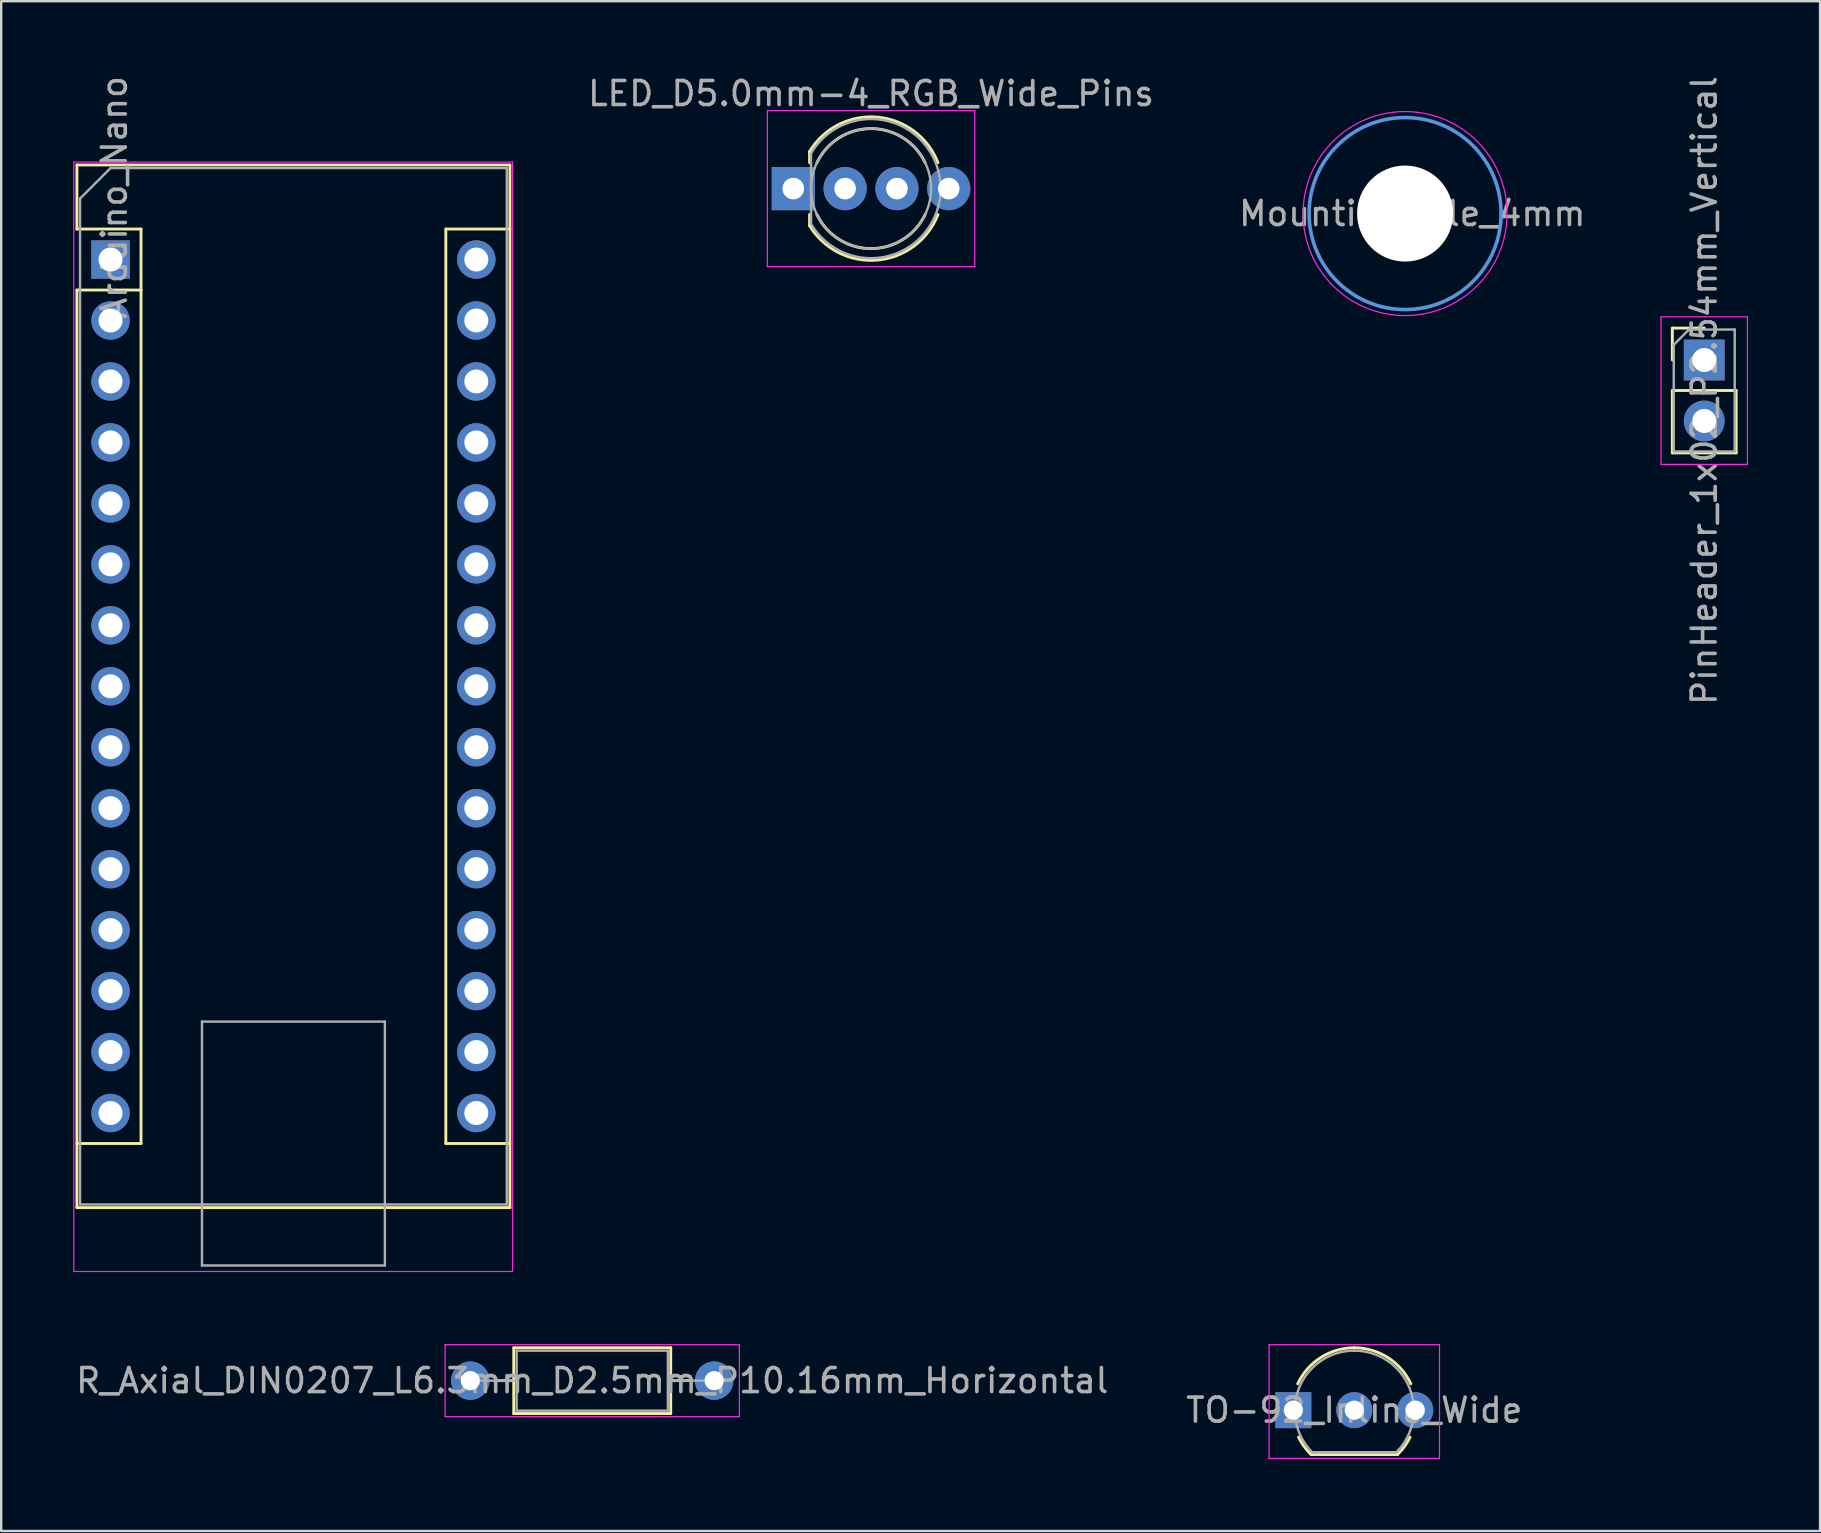
<source format=kicad_pcb>
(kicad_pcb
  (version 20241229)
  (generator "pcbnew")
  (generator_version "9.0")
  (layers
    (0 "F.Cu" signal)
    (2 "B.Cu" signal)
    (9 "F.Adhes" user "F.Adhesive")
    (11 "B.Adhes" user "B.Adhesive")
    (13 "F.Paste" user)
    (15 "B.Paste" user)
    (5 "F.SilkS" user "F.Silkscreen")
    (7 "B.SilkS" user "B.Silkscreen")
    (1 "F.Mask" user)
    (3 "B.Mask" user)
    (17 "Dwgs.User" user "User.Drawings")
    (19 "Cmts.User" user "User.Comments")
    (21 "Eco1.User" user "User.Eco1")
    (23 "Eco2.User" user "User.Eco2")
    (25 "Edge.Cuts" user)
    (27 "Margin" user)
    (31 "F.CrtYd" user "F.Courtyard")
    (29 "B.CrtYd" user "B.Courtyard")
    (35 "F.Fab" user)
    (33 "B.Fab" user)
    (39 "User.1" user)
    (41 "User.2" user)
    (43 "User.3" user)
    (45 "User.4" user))
  (footprint "PinHeader_1x02_P2.54mm_Vertical"
    (layer "F.Cu")
    (at 67.955 11.95)
    (property "Reference" "PinHeader_1x02_P2.54mm_Vertical" (at 0 -3.17 180) (layer "User.6") (effects (font (size 1 1) (thickness 0.15))))
    (attr through_hole)
    (fp_line (start -1.33 -1.33) (end 0 -1.33) (stroke (width 0.12) (type solid)) (layer "F.SilkS"))
    (fp_line (start -1.33 0) (end -1.33 -1.33) (stroke (width 0.12) (type solid)) (layer "F.SilkS"))
    (fp_line (start -1.33 1.27) (end -1.33 3.87) (stroke (width 0.12) (type solid)) (layer "F.SilkS"))
    (fp_line (start -1.33 1.27) (end 1.33 1.27) (stroke (width 0.12) (type solid)) (layer "F.SilkS"))
    (fp_line (start -1.33 3.87) (end 1.33 3.87) (stroke (width 0.12) (type solid)) (layer "F.SilkS"))
    (fp_line (start 1.33 1.27) (end 1.33 3.87) (stroke (width 0.12) (type solid)) (layer "F.SilkS"))
    (fp_line (start -1.8 -1.8) (end -1.8 4.35) (stroke (width 0.05) (type solid)) (layer "F.CrtYd"))
    (fp_line (start -1.8 4.35) (end 1.8 4.35) (stroke (width 0.05) (type solid)) (layer "F.CrtYd"))
    (fp_line (start 1.8 -1.8) (end -1.8 -1.8) (stroke (width 0.05) (type solid)) (layer "F.CrtYd"))
    (fp_line (start 1.8 4.35) (end 1.8 -1.8) (stroke (width 0.05) (type solid)) (layer "F.CrtYd"))
    (fp_line (start -1.27 -0.635) (end -0.635 -1.27) (stroke (width 0.1) (type solid)) (layer "F.Fab"))
    (fp_line (start -1.27 3.81) (end -1.27 -0.635) (stroke (width 0.1) (type solid)) (layer "F.Fab"))
    (fp_line (start -0.635 -1.27) (end 1.27 -1.27) (stroke (width 0.1) (type solid)) (layer "F.Fab"))
    (fp_line (start 1.27 -1.27) (end 1.27 3.81) (stroke (width 0.1) (type solid)) (layer "F.Fab"))
    (fp_line (start 1.27 3.81) (end -1.27 3.81) (stroke (width 0.1) (type solid)) (layer "F.Fab"))
    (fp_text user "${REFERENCE}" (at 0 1.27 270) (layer "F.Fab") (effects (font (size 1 1) (thickness 0.15))))
    (pad "1" thru_hole rect (at 0 0) (size 1.7 1.7) (drill 1) (layers "*.Cu" "*.Mask"))
    (pad "2" thru_hole oval (at 0 2.54) (size 1.7 1.7) (drill 1) (layers "*.Cu" "*.Mask")))
  (footprint "MountingHole_4mm"
    (layer "F.Cu")
    (at 55.491 5.848)
    (property "Reference" "MountingHole_4mm" (at 0 -5 0) (layer "User.1") (effects (font (size 1 1) (thickness 0.15))))
    (attr exclude_from_pos_files exclude_from_bom)
    (fp_circle (center 0 0) (end 4 0) (stroke (width 0.15) (type solid)) (fill no) (layer "Cmts.User"))
    (fp_circle (center 0 0) (end 4.25 0) (stroke (width 0.05) (type solid)) (fill no) (layer "F.CrtYd"))
    (fp_text user "${REFERENCE}" (at 0.3 0 0) (layer "F.Fab") (effects (font (size 1 1) (thickness 0.15))))
    (pad "" np_thru_hole circle (at 0 0) (size 4 4) (drill 4) (layers "*.Cu" "*.Mask")))
  (footprint "R_Axial_DIN0207_L6.3mm_D2.5mm_P10.16mm_Horizontal"
    (layer "F.Cu")
    (at 16.545 54.473)
    (property "Reference" "R_Axial_DIN0207_L6.3mm_D2.5mm_P10.16mm_Horizontal" (at -0.8 2.12 0) (layer "User.5") (effects (font (size 1 1) (thickness 0.15))))
    (attr through_hole)
    (fp_line (start 1.04 0) (end 1.81 0) (stroke (width 0.12) (type solid)) (layer "F.SilkS"))
    (fp_line (start 1.81 -1.37) (end 1.81 1.37) (stroke (width 0.12) (type solid)) (layer "F.SilkS"))
    (fp_line (start 1.81 1.37) (end 8.35 1.37) (stroke (width 0.12) (type solid)) (layer "F.SilkS"))
    (fp_line (start 8.35 -1.37) (end 1.81 -1.37) (stroke (width 0.12) (type solid)) (layer "F.SilkS"))
    (fp_line (start 8.35 1.37) (end 8.35 -1.37) (stroke (width 0.12) (type solid)) (layer "F.SilkS"))
    (fp_line (start 9.12 0) (end 8.35 0) (stroke (width 0.12) (type solid)) (layer "F.SilkS"))
    (fp_line (start -1.05 -1.5) (end -1.05 1.5) (stroke (width 0.05) (type solid)) (layer "F.CrtYd"))
    (fp_line (start -1.05 1.5) (end 11.21 1.5) (stroke (width 0.05) (type solid)) (layer "F.CrtYd"))
    (fp_line (start 11.21 -1.5) (end -1.05 -1.5) (stroke (width 0.05) (type solid)) (layer "F.CrtYd"))
    (fp_line (start 11.21 1.5) (end 11.21 -1.5) (stroke (width 0.05) (type solid)) (layer "F.CrtYd"))
    (fp_line (start 0 0) (end 1.93 0) (stroke (width 0.1) (type solid)) (layer "F.Fab"))
    (fp_line (start 1.93 -1.25) (end 1.93 1.25) (stroke (width 0.1) (type solid)) (layer "F.Fab"))
    (fp_line (start 1.93 1.25) (end 8.23 1.25) (stroke (width 0.1) (type solid)) (layer "F.Fab"))
    (fp_line (start 8.23 -1.25) (end 1.93 -1.25) (stroke (width 0.1) (type solid)) (layer "F.Fab"))
    (fp_line (start 8.23 1.25) (end 8.23 -1.25) (stroke (width 0.1) (type solid)) (layer "F.Fab"))
    (fp_line (start 10.16 0) (end 8.23 0) (stroke (width 0.1) (type solid)) (layer "F.Fab"))
    (fp_text user "${REFERENCE}" (at 5.08 0 0) (layer "F.Fab") (effects (font (size 1 1) (thickness 0.15))))
    (pad "1" thru_hole circle (at 0 0) (size 1.6 1.6) (drill 0.8) (layers "*.Cu" "*.Mask"))
    (pad "2" thru_hole oval (at 10.16 0) (size 1.6 1.6) (drill 0.8) (layers "*.Cu" "*.Mask")))
  (footprint "Arduino_Nano"
    (layer "F.Cu")
    (at 1.555 7.763)
    (property "Reference" "Arduino_Nano" (at -2.54 38.1 270) (layer "User.5") (effects (font (size 1 1) (thickness 0.15))))
    (attr through_hole)
    (fp_line (start -1.4 -3.94) (end -1.4 -1.27) (stroke (width 0.12) (type solid)) (layer "F.SilkS"))
    (fp_line (start -1.4 1.27) (end -1.4 39.5) (stroke (width 0.12) (type solid)) (layer "F.SilkS"))
    (fp_line (start -1.4 39.5) (end 16.64 39.5) (stroke (width 0.12) (type solid)) (layer "F.SilkS"))
    (fp_line (start 1.27 -1.27) (end -1.4 -1.27) (stroke (width 0.12) (type solid)) (layer "F.SilkS"))
    (fp_line (start 1.27 1.27) (end -1.4 1.27) (stroke (width 0.12) (type solid)) (layer "F.SilkS"))
    (fp_line (start 1.27 1.27) (end 1.27 -1.27) (stroke (width 0.12) (type solid)) (layer "F.SilkS"))
    (fp_line (start 1.27 1.27) (end 1.27 36.83) (stroke (width 0.12) (type solid)) (layer "F.SilkS"))
    (fp_line (start 1.27 36.83) (end -1.4 36.83) (stroke (width 0.12) (type solid)) (layer "F.SilkS"))
    (fp_line (start 13.97 -1.27) (end 13.97 36.83) (stroke (width 0.12) (type solid)) (layer "F.SilkS"))
    (fp_line (start 13.97 -1.27) (end 16.64 -1.27) (stroke (width 0.12) (type solid)) (layer "F.SilkS"))
    (fp_line (start 13.97 36.83) (end 16.64 36.83) (stroke (width 0.12) (type solid)) (layer "F.SilkS"))
    (fp_line (start 16.64 -3.94) (end -1.4 -3.94) (stroke (width 0.12) (type solid)) (layer "F.SilkS"))
    (fp_line (start 16.64 39.5) (end 16.64 -3.94) (stroke (width 0.12) (type solid)) (layer "F.SilkS"))
    (fp_line (start -1.53 -4.06) (end -1.53 42.16) (stroke (width 0.05) (type solid)) (layer "F.CrtYd"))
    (fp_line (start -1.53 -4.06) (end 16.75 -4.06) (stroke (width 0.05) (type solid)) (layer "F.CrtYd"))
    (fp_line (start 16.75 42.16) (end -1.53 42.16) (stroke (width 0.05) (type solid)) (layer "F.CrtYd"))
    (fp_line (start 16.75 42.16) (end 16.75 -4.06) (stroke (width 0.05) (type solid)) (layer "F.CrtYd"))
    (fp_line (start -1.27 -2.54) (end 0 -3.81) (stroke (width 0.1) (type solid)) (layer "F.Fab"))
    (fp_line (start -1.27 39.37) (end -1.27 -2.54) (stroke (width 0.1) (type solid)) (layer "F.Fab"))
    (fp_line (start 0 -3.81) (end 16.51 -3.81) (stroke (width 0.1) (type solid)) (layer "F.Fab"))
    (fp_line (start 3.81 31.75) (end 11.43 31.75) (stroke (width 0.1) (type solid)) (layer "F.Fab"))
    (fp_line (start 3.81 41.91) (end 3.81 31.75) (stroke (width 0.1) (type solid)) (layer "F.Fab"))
    (fp_line (start 11.43 31.75) (end 11.43 41.91) (stroke (width 0.1) (type solid)) (layer "F.Fab"))
    (fp_line (start 11.43 41.91) (end 3.81 41.91) (stroke (width 0.1) (type solid)) (layer "F.Fab"))
    (fp_line (start 16.51 -3.81) (end 16.51 39.37) (stroke (width 0.1) (type solid)) (layer "F.Fab"))
    (fp_line (start 16.51 39.37) (end -1.27 39.37) (stroke (width 0.1) (type solid)) (layer "F.Fab"))
    (fp_text user "${REFERENCE}" (at 0.16 -2.59 90) (layer "F.Fab") (effects (font (size 1 1) (thickness 0.15))))
    (pad "1" thru_hole rect (at 0 0) (size 1.6 1.6) (drill 1) (layers "*.Cu" "*.Mask"))
    (pad "2" thru_hole oval (at 0 2.54) (size 1.6 1.6) (drill 1) (layers "*.Cu" "*.Mask"))
    (pad "3" thru_hole oval (at 0 5.08) (size 1.6 1.6) (drill 1) (layers "*.Cu" "*.Mask"))
    (pad "4" thru_hole oval (at 0 7.62) (size 1.6 1.6) (drill 1) (layers "*.Cu" "*.Mask"))
    (pad "5" thru_hole oval (at 0 10.16) (size 1.6 1.6) (drill 1) (layers "*.Cu" "*.Mask"))
    (pad "6" thru_hole oval (at 0 12.7) (size 1.6 1.6) (drill 1) (layers "*.Cu" "*.Mask"))
    (pad "7" thru_hole oval (at 0 15.24) (size 1.6 1.6) (drill 1) (layers "*.Cu" "*.Mask"))
    (pad "8" thru_hole oval (at 0 17.78) (size 1.6 1.6) (drill 1) (layers "*.Cu" "*.Mask"))
    (pad "9" thru_hole oval (at 0 20.32) (size 1.6 1.6) (drill 1) (layers "*.Cu" "*.Mask"))
    (pad "10" thru_hole oval (at 0 22.86) (size 1.6 1.6) (drill 1) (layers "*.Cu" "*.Mask"))
    (pad "11" thru_hole oval (at 0 25.4) (size 1.6 1.6) (drill 1) (layers "*.Cu" "*.Mask"))
    (pad "12" thru_hole oval (at 0 27.94) (size 1.6 1.6) (drill 1) (layers "*.Cu" "*.Mask"))
    (pad "13" thru_hole oval (at 0 30.48) (size 1.6 1.6) (drill 1) (layers "*.Cu" "*.Mask"))
    (pad "14" thru_hole oval (at 0 33.02) (size 1.6 1.6) (drill 1) (layers "*.Cu" "*.Mask"))
    (pad "15" thru_hole oval (at 0 35.56) (size 1.6 1.6) (drill 1) (layers "*.Cu" "*.Mask"))
    (pad "16" thru_hole oval (at 15.24 35.56) (size 1.6 1.6) (drill 1) (layers "*.Cu" "*.Mask"))
    (pad "17" thru_hole oval (at 15.24 33.02) (size 1.6 1.6) (drill 1) (layers "*.Cu" "*.Mask"))
    (pad "18" thru_hole oval (at 15.24 30.48) (size 1.6 1.6) (drill 1) (layers "*.Cu" "*.Mask"))
    (pad "19" thru_hole oval (at 15.24 27.94) (size 1.6 1.6) (drill 1) (layers "*.Cu" "*.Mask"))
    (pad "20" thru_hole oval (at 15.24 25.4) (size 1.6 1.6) (drill 1) (layers "*.Cu" "*.Mask"))
    (pad "21" thru_hole oval (at 15.24 22.86) (size 1.6 1.6) (drill 1) (layers "*.Cu" "*.Mask"))
    (pad "22" thru_hole oval (at 15.24 20.32) (size 1.6 1.6) (drill 1) (layers "*.Cu" "*.Mask"))
    (pad "23" thru_hole oval (at 15.24 17.78) (size 1.6 1.6) (drill 1) (layers "*.Cu" "*.Mask"))
    (pad "24" thru_hole oval (at 15.24 15.24) (size 1.6 1.6) (drill 1) (layers "*.Cu" "*.Mask"))
    (pad "25" thru_hole oval (at 15.24 12.7) (size 1.6 1.6) (drill 1) (layers "*.Cu" "*.Mask"))
    (pad "26" thru_hole oval (at 15.24 10.16) (size 1.6 1.6) (drill 1) (layers "*.Cu" "*.Mask"))
    (pad "27" thru_hole oval (at 15.24 7.62) (size 1.6 1.6) (drill 1) (layers "*.Cu" "*.Mask"))
    (pad "28" thru_hole oval (at 15.24 5.08) (size 1.6 1.6) (drill 1) (layers "*.Cu" "*.Mask"))
    (pad "29" thru_hole oval (at 15.24 2.54) (size 1.6 1.6) (drill 1) (layers "*.Cu" "*.Mask"))
    (pad "30" thru_hole oval (at 15.24 0) (size 1.6 1.6) (drill 1) (layers "*.Cu" "*.Mask")))
  (footprint "TO-92_Inline_Wide"
    (layer "F.Cu")
    (at 50.835 55.703)
    (property "Reference" "TO-92_Inline_Wide" (at -2.54 0.275 0) (layer "User.6") (effects (font (size 1 1) (thickness 0.15))))
    (attr through_hole)
    (fp_line (start 0.74 1.85) (end 4.34 1.85) (stroke (width 0.12) (type solid)) (layer "F.SilkS"))
    (fp_arc (start 0.1836 -1.098807) (mid 1.143021 -2.192817) (end 2.54 -2.6) (stroke (width 0.12) (type solid)) (layer "F.SilkS"))
    (fp_arc (start 0.74 1.85) (mid 0.446097 1.509328) (end 0.215816 1.122795) (stroke (width 0.12) (type solid)) (layer "F.SilkS"))
    (fp_arc (start 2.54 -2.6) (mid 3.936979 -2.192818) (end 4.8964 -1.098807) (stroke (width 0.12) (type solid)) (layer "F.SilkS"))
    (fp_arc (start 4.864184 1.122795) (mid 4.633903 1.509328) (end 4.34 1.85) (stroke (width 0.12) (type solid)) (layer "F.SilkS"))
    (fp_line (start -1.01 -2.73) (end -1.01 2.01) (stroke (width 0.05) (type solid)) (layer "F.CrtYd"))
    (fp_line (start -1.01 -2.73) (end 6.09 -2.73) (stroke (width 0.05) (type solid)) (layer "F.CrtYd"))
    (fp_line (start 6.09 2.01) (end -1.01 2.01) (stroke (width 0.05) (type solid)) (layer "F.CrtYd"))
    (fp_line (start 6.09 2.01) (end 6.09 -2.73) (stroke (width 0.05) (type solid)) (layer "F.CrtYd"))
    (fp_line (start 0.8 1.75) (end 4.3 1.75) (stroke (width 0.1) (type solid)) (layer "F.Fab"))
    (fp_arc (start 0.786375 1.753625) (mid 0.248779 -0.949055) (end 2.54 -2.48) (stroke (width 0.1) (type solid)) (layer "F.Fab"))
    (fp_arc (start 2.54 -2.48) (mid 4.831221 -0.949055) (end 4.293625 1.753625) (stroke (width 0.1) (type solid)) (layer "F.Fab"))
    (fp_text user "${REFERENCE}" (at 2.54 0 0) (layer "F.Fab") (effects (font (size 1 1) (thickness 0.15))))
    (pad "1" thru_hole rect (at 0 0) (size 1.5 1.5) (drill 0.8) (layers "*.Cu" "*.Mask"))
    (pad "2" thru_hole circle (at 2.54 0) (size 1.5 1.5) (drill 0.8) (layers "*.Cu" "*.Mask"))
    (pad "3" thru_hole circle (at 5.08 0) (size 1.5 1.5) (drill 0.8) (layers "*.Cu" "*.Mask")))
  (footprint "LED_D5.0mm-4_RGB_Wide_Pins"
    (layer "F.Cu")
    (at 30.002 4.808)
    (property "Reference" "LED_D5.0mm-4_RGB_Wide_Pins" (at 3.239 -3.96 0) (layer "User.2") (effects (font (size 1 1) (thickness 0.15))))
    (attr through_hole)
    (fp_line (start 0.678 -1.545) (end 0.678 -1.08) (stroke (width 0.12) (type solid)) (layer "F.SilkS"))
    (fp_line (start 0.678 1.08) (end 0.678 1.545) (stroke (width 0.12) (type solid)) (layer "F.SilkS"))
    (fp_arc (start 0.6785 -1.54483) (mid 3.496956 -2.978809) (end 6.026315 -1.080827) (stroke (width 0.12) (type solid)) (layer "F.SilkS"))
    (fp_arc (start 0.983816 -1.08) (mid 3.238262 -2.5) (end 5.492979 -1.080429) (stroke (width 0.12) (type solid)) (layer "F.SilkS"))
    (fp_arc (start 5.492979 1.080429) (mid 3.238262 2.5) (end 0.983816 1.08) (stroke (width 0.12) (type solid)) (layer "F.SilkS"))
    (fp_arc (start 6.026315 1.080827) (mid 3.496956 2.978808) (end 0.6785 1.54483) (stroke (width 0.12) (type solid)) (layer "F.SilkS"))
    (fp_line (start -1.08 -3.25) (end -1.08 3.25) (stroke (width 0.05) (type solid)) (layer "F.CrtYd"))
    (fp_line (start -1.08 3.25) (end 7.56 3.25) (stroke (width 0.05) (type solid)) (layer "F.CrtYd"))
    (fp_line (start 7.56 -3.25) (end -1.08 -3.25) (stroke (width 0.05) (type solid)) (layer "F.CrtYd"))
    (fp_line (start 7.56 3.25) (end 7.56 -3.25) (stroke (width 0.05) (type solid)) (layer "F.CrtYd"))
    (fp_line (start 0.739 -1.47) (end 0.739 1.47) (stroke (width 0.1) (type solid)) (layer "F.Fab"))
    (fp_arc (start 0.7385 -1.469694) (mid 6.1385 0.000016) (end 0.738484 1.469666) (stroke (width 0.1) (type solid)) (layer "F.Fab"))
    (fp_circle (center 3.239 0) (end 5.739 0) (stroke (width 0.1) (type solid)) (fill no) (layer "F.Fab"))
    (fp_text user "${REFERENCE}" (at 3.239 -3.96 0) (layer "F.Fab") (effects (font (size 1 1) (thickness 0.15))))
    (pad "1" thru_hole rect (at 0 0) (size 1.8 1.8) (drill 0.9) (layers "*.Cu" "*.Mask"))
    (pad "2" thru_hole circle (at 2.159 0) (size 1.8 1.8) (drill 0.9) (layers "*.Cu" "*.Mask"))
    (pad "3" thru_hole circle (at 4.318 0) (size 1.8 1.8) (drill 0.9) (layers "*.Cu" "*.Mask"))
    (pad "4" thru_hole circle (at 6.477 0) (size 1.8 1.8) (drill 0.9) (layers "*.Cu" "*.Mask")))
  (gr_rect
    (start -3 -3)
    (end 72.78 60.738)
    (stroke (width 0.1) (type default))
    (fill no)
    (layer "Edge.Cuts")))
</source>
